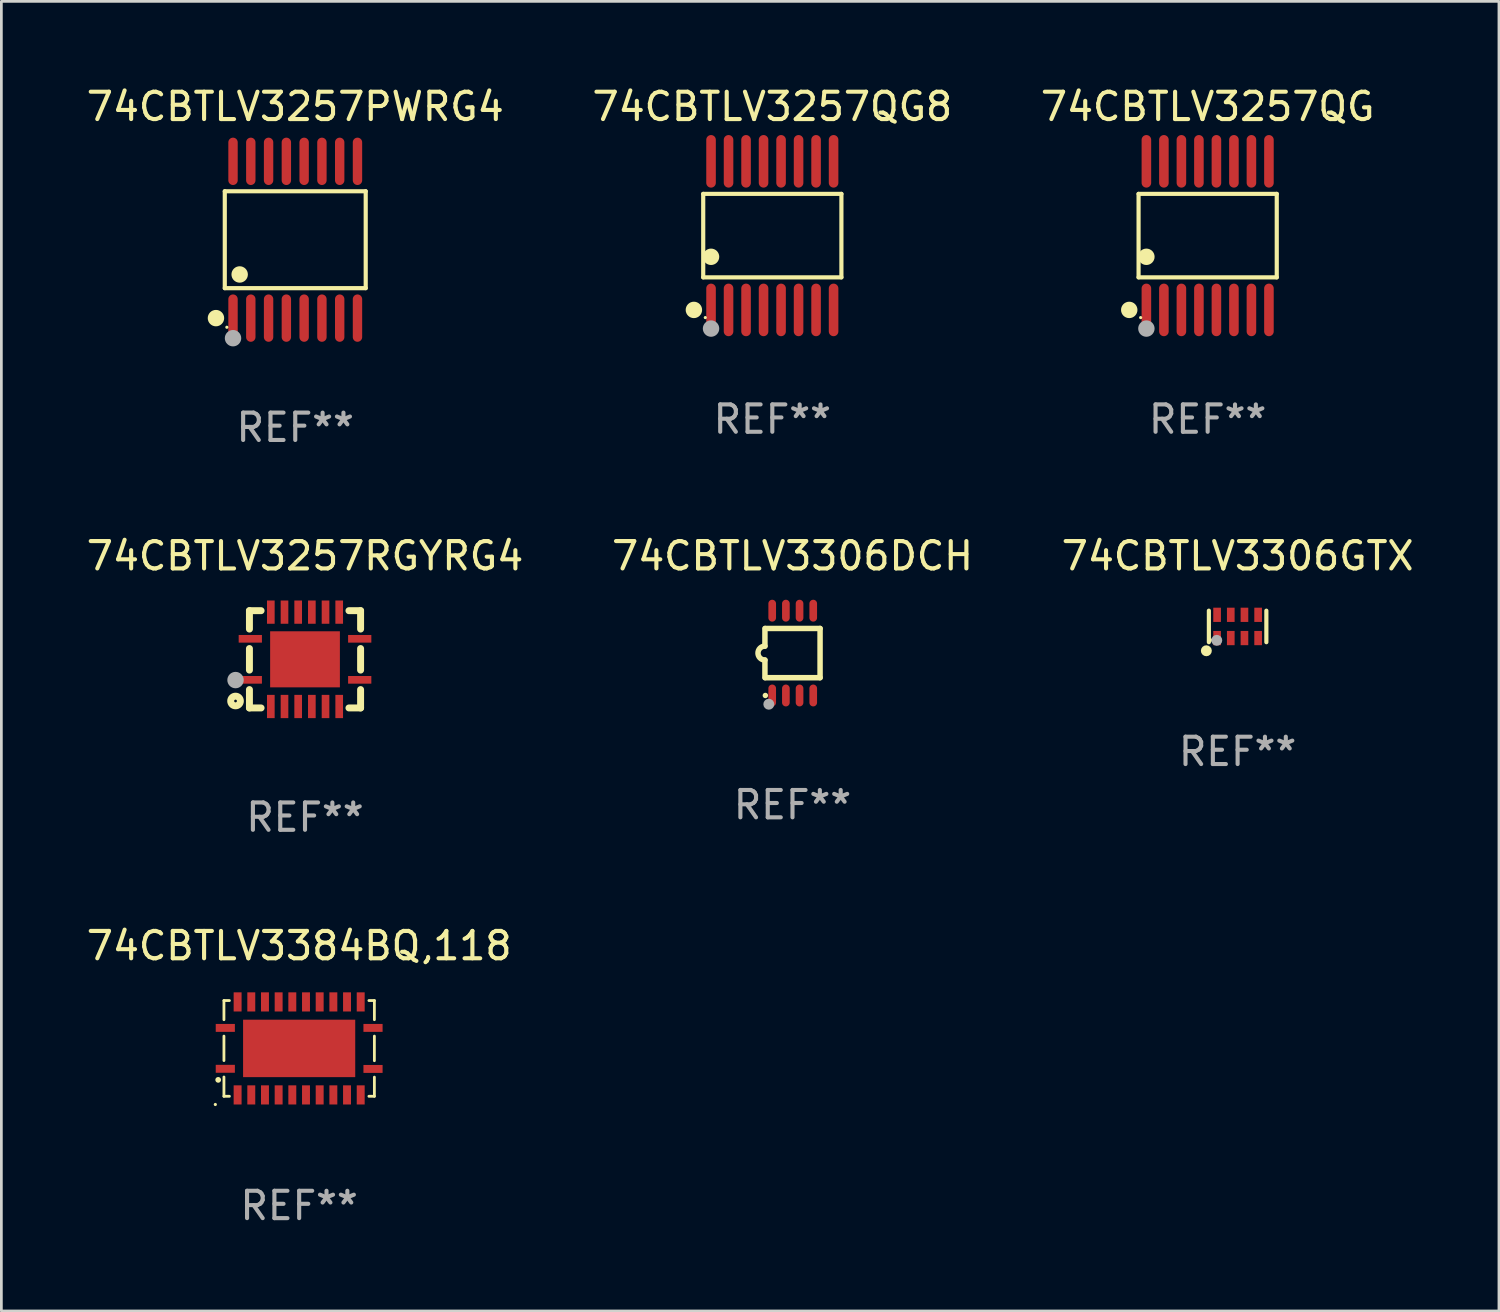
<source format=kicad_pcb>
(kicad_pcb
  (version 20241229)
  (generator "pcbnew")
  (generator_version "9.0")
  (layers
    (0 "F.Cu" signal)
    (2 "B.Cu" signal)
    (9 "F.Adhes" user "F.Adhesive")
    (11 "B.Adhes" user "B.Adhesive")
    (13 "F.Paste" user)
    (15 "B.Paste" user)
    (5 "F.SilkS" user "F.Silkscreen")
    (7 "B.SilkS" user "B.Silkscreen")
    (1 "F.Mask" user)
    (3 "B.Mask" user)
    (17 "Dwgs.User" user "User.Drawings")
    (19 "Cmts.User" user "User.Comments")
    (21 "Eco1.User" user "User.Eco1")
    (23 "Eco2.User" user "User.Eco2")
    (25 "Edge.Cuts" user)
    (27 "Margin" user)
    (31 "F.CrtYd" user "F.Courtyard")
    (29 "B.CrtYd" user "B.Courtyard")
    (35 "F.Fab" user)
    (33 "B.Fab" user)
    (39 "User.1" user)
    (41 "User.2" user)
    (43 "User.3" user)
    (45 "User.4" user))
  (footprint "74CBTLV3257RGYRG4"
    (layer "F.Cu")
    (at 8.101 21.054)
    (property "Reference" "74CBTLV3257RGYRG4" (at 0 -3.778 0) (layer "F.SilkS") (effects (font (size 1 1) (thickness 0.15))))
    (attr through_hole)
    (fp_line (start -2.032 -1.778) (end -2.032 -1.106) (stroke (width 0.254) (type solid)) (layer "F.SilkS"))
    (fp_line (start -2.032 -0.394) (end -2.032 0.394) (stroke (width 0.254) (type solid)) (layer "F.SilkS"))
    (fp_line (start -2.032 1.106) (end -2.032 1.778) (stroke (width 0.254) (type solid)) (layer "F.SilkS"))
    (fp_line (start -2.032 1.778) (end -1.606 1.778) (stroke (width 0.254) (type solid)) (layer "F.SilkS"))
    (fp_line (start -1.606 -1.778) (end -2.032 -1.778) (stroke (width 0.254) (type solid)) (layer "F.SilkS"))
    (fp_line (start 1.606 1.778) (end 2.032 1.778) (stroke (width 0.254) (type solid)) (layer "F.SilkS"))
    (fp_line (start 2.032 -1.778) (end 1.606 -1.778) (stroke (width 0.254) (type solid)) (layer "F.SilkS"))
    (fp_line (start 2.032 -1.106) (end 2.032 -1.778) (stroke (width 0.254) (type solid)) (layer "F.SilkS"))
    (fp_line (start 2.032 0.394) (end 2.032 -0.394) (stroke (width 0.254) (type solid)) (layer "F.SilkS"))
    (fp_line (start 2.032 1.778) (end 2.032 1.106) (stroke (width 0.254) (type solid)) (layer "F.SilkS"))
    (fp_circle (center -2.54 1.524) (end -2.363 1.524) (stroke (width 0.254) (type solid)) (fill no) (layer "F.SilkS"))
    (fp_circle (center -2.002 1.752) (end -1.952 1.752) (stroke (width 0.1) (type solid)) (fill no) (layer "F.SilkS"))
    (fp_circle (center -2.54 0.759) (end -2.39 0.759) (stroke (width 0.3) (type solid)) (fill no) (layer "F.Fab"))
    (fp_text user "REF**" (at 0 5.778 0) (layer "F.Fab") (effects (font (size 1 1) (thickness 0.15))))
    (pad "1" smd rect (at -2 0.75 90) (size 0.28 0.85) (layers "F.Cu" "F.Mask" "F.Paste"))
    (pad "2" smd rect (at -1.25 1.725 180) (size 0.28 0.85) (layers "F.Cu" "F.Mask" "F.Paste"))
    (pad "3" smd rect (at -0.75 1.725 180) (size 0.28 0.85) (layers "F.Cu" "F.Mask" "F.Paste"))
    (pad "4" smd rect (at -0.25 1.725 180) (size 0.28 0.85) (layers "F.Cu" "F.Mask" "F.Paste"))
    (pad "5" smd rect (at 0.25 1.725 180) (size 0.28 0.85) (layers "F.Cu" "F.Mask" "F.Paste"))
    (pad "6" smd rect (at 0.75 1.725 180) (size 0.28 0.85) (layers "F.Cu" "F.Mask" "F.Paste"))
    (pad "7" smd rect (at 1.25 1.725 180) (size 0.28 0.85) (layers "F.Cu" "F.Mask" "F.Paste"))
    (pad "8" smd rect (at 2 0.75 270) (size 0.28 0.85) (layers "F.Cu" "F.Mask" "F.Paste"))
    (pad "9" smd rect (at 2 -0.75 270) (size 0.28 0.85) (layers "F.Cu" "F.Mask" "F.Paste"))
    (pad "10" smd rect (at 1.25 -1.725) (size 0.28 0.85) (layers "F.Cu" "F.Mask" "F.Paste"))
    (pad "11" smd rect (at 0.75 -1.725) (size 0.28 0.85) (layers "F.Cu" "F.Mask" "F.Paste"))
    (pad "12" smd rect (at 0.25 -1.725) (size 0.28 0.85) (layers "F.Cu" "F.Mask" "F.Paste"))
    (pad "13" smd rect (at -0.25 -1.725) (size 0.28 0.85) (layers "F.Cu" "F.Mask" "F.Paste"))
    (pad "14" smd rect (at -0.75 -1.725) (size 0.28 0.85) (layers "F.Cu" "F.Mask" "F.Paste"))
    (pad "15" smd rect (at -1.25 -1.725) (size 0.28 0.85) (layers "F.Cu" "F.Mask" "F.Paste"))
    (pad "16" smd rect (at -2 -0.75 90) (size 0.28 0.85) (layers "F.Cu" "F.Mask" "F.Paste"))
    (pad "17" smd rect (at 0.000051 0 270) (size 2.05 2.55) (layers "F.Cu" "F.Mask" "F.Paste")))
  (footprint "74CBTLV3257QG"
    (layer "F.Cu")
    (at 41.101 5.564)
    (property "Reference" "74CBTLV3257QG" (at 0 -4.716 0) (layer "F.SilkS") (effects (font (size 1 1) (thickness 0.15))))
    (attr through_hole)
    (fp_line (start -2.526 -1.526) (end 2.526 -1.526) (stroke (width 0.152) (type solid)) (layer "F.SilkS"))
    (fp_line (start -2.526 1.526) (end -2.526 -1.526) (stroke (width 0.152) (type solid)) (layer "F.SilkS"))
    (fp_line (start 2.526 -1.526) (end 2.526 1.526) (stroke (width 0.152) (type solid)) (layer "F.SilkS"))
    (fp_line (start 2.526 1.526) (end -2.526 1.526) (stroke (width 0.152) (type solid)) (layer "F.SilkS"))
    (fp_circle (center -2.867 2.716) (end -2.717 2.716) (stroke (width 0.3) (type solid)) (fill no) (layer "F.SilkS"))
    (fp_circle (center -2.45 2.997) (end -2.42 2.997) (stroke (width 0.06) (type solid)) (fill no) (layer "F.SilkS"))
    (fp_circle (center -2.24 0.774) (end -2.09 0.774) (stroke (width 0.3) (type solid)) (fill no) (layer "F.SilkS"))
    (fp_circle (center -2.24 3.398) (end -2.09 3.398) (stroke (width 0.3) (type solid)) (fill no) (layer "F.Fab"))
    (fp_text user "REF**" (at 0 6.716 0) (layer "F.Fab") (effects (font (size 1 1) (thickness 0.15))))
    (pad "1" smd oval (at -2.24 2.716) (size 0.35 1.922) (layers "F.Cu" "F.Mask" "F.Paste"))
    (pad "2" smd oval (at -1.6 2.716) (size 0.35 1.922) (layers "F.Cu" "F.Mask" "F.Paste"))
    (pad "3" smd oval (at -0.96 2.716) (size 0.35 1.922) (layers "F.Cu" "F.Mask" "F.Paste"))
    (pad "4" smd oval (at -0.32 2.716) (size 0.35 1.922) (layers "F.Cu" "F.Mask" "F.Paste"))
    (pad "5" smd oval (at 0.32 2.716) (size 0.35 1.922) (layers "F.Cu" "F.Mask" "F.Paste"))
    (pad "6" smd oval (at 0.96 2.716) (size 0.35 1.922) (layers "F.Cu" "F.Mask" "F.Paste"))
    (pad "7" smd oval (at 1.6 2.716) (size 0.35 1.922) (layers "F.Cu" "F.Mask" "F.Paste"))
    (pad "8" smd oval (at 2.24 2.716) (size 0.35 1.922) (layers "F.Cu" "F.Mask" "F.Paste"))
    (pad "9" smd oval (at 2.24 -2.716) (size 0.35 1.922) (layers "F.Cu" "F.Mask" "F.Paste"))
    (pad "10" smd oval (at 1.6 -2.716) (size 0.35 1.922) (layers "F.Cu" "F.Mask" "F.Paste"))
    (pad "11" smd oval (at 0.96 -2.716) (size 0.35 1.922) (layers "F.Cu" "F.Mask" "F.Paste"))
    (pad "12" smd oval (at 0.32 -2.716) (size 0.35 1.922) (layers "F.Cu" "F.Mask" "F.Paste"))
    (pad "13" smd oval (at -0.32 -2.716) (size 0.35 1.922) (layers "F.Cu" "F.Mask" "F.Paste"))
    (pad "14" smd oval (at -0.96 -2.716) (size 0.35 1.922) (layers "F.Cu" "F.Mask" "F.Paste"))
    (pad "15" smd oval (at -1.6 -2.716) (size 0.35 1.922) (layers "F.Cu" "F.Mask" "F.Paste"))
    (pad "16" smd oval (at -2.24 -2.716) (size 0.35 1.922) (layers "F.Cu" "F.Mask" "F.Paste")))
  (footprint "74CBTLV3306GTX"
    (layer "F.Cu")
    (at 42.196 19.852)
    (property "Reference" "74CBTLV3306GTX" (at 0 -2.576 0) (layer "F.SilkS") (effects (font (size 1 1) (thickness 0.15))))
    (attr through_hole)
    (fp_line (start -1.051 0.576) (end -1.051 -0.576) (stroke (width 0.152) (type solid)) (layer "F.SilkS"))
    (fp_line (start 1.051 -0.576) (end 1.051 0.576) (stroke (width 0.152) (type solid)) (layer "F.SilkS"))
    (fp_circle (center -1.143 0.889) (end -1.043 0.889) (stroke (width 0.2) (type solid)) (fill no) (layer "F.SilkS"))
    (fp_circle (center -0.975 0.5) (end -0.945 0.5) (stroke (width 0.06) (type solid)) (fill no) (layer "F.SilkS"))
    (fp_circle (center -0.762 0.508) (end -0.662 0.508) (stroke (width 0.2) (type solid)) (fill no) (layer "F.Fab"))
    (fp_text user "REF**" (at 0 4.576 0) (layer "F.Fab") (effects (font (size 1 1) (thickness 0.15))))
    (pad "1" smd rect (at -0.75 0.425) (size 0.28 0.521) (layers "F.Cu" "F.Mask" "F.Paste"))
    (pad "2" smd rect (at -0.25 0.425) (size 0.28 0.521) (layers "F.Cu" "F.Mask" "F.Paste"))
    (pad "3" smd rect (at 0.25 0.425) (size 0.28 0.521) (layers "F.Cu" "F.Mask" "F.Paste"))
    (pad "4" smd rect (at 0.75 0.425) (size 0.28 0.521) (layers "F.Cu" "F.Mask" "F.Paste"))
    (pad "5" smd rect (at 0.75 -0.425) (size 0.28 0.521) (layers "F.Cu" "F.Mask" "F.Paste"))
    (pad "6" smd rect (at 0.25 -0.425) (size 0.28 0.521) (layers "F.Cu" "F.Mask" "F.Paste"))
    (pad "7" smd rect (at -0.25 -0.425) (size 0.28 0.521) (layers "F.Cu" "F.Mask" "F.Paste"))
    (pad "8" smd rect (at -0.75 -0.425) (size 0.28 0.521) (layers "F.Cu" "F.Mask" "F.Paste")))
  (footprint "74CBTLV3257PWRG4"
    (layer "F.Cu")
    (at 7.744 5.714)
    (property "Reference" "74CBTLV3257PWRG4" (at 0 -4.866 0) (layer "F.SilkS") (effects (font (size 1 1) (thickness 0.15))))
    (attr through_hole)
    (fp_line (start -2.576 -1.772) (end 2.576 -1.772) (stroke (width 0.152) (type solid)) (layer "F.SilkS"))
    (fp_line (start -2.576 1.771) (end -2.576 -1.772) (stroke (width 0.152) (type solid)) (layer "F.SilkS"))
    (fp_line (start 2.576 -1.772) (end 2.576 1.771) (stroke (width 0.152) (type solid)) (layer "F.SilkS"))
    (fp_line (start 2.576 1.771) (end -2.576 1.771) (stroke (width 0.152) (type solid)) (layer "F.SilkS"))
    (fp_circle (center -2.899 2.866) (end -2.749 2.866) (stroke (width 0.3) (type solid)) (fill no) (layer "F.SilkS"))
    (fp_circle (center -2.5 3.2) (end -2.47 3.2) (stroke (width 0.06) (type solid)) (fill no) (layer "F.SilkS"))
    (fp_circle (center -2.032 1.27) (end -1.882 1.27) (stroke (width 0.3) (type solid)) (fill no) (layer "F.SilkS"))
    (fp_circle (center -2.275 3.6) (end -2.125 3.6) (stroke (width 0.3) (type solid)) (fill no) (layer "F.Fab"))
    (fp_text user "REF**" (at 0 6.866 0) (layer "F.Fab") (effects (font (size 1 1) (thickness 0.15))))
    (pad "1" smd oval (at -2.275 2.866) (size 0.343 1.731) (layers "F.Cu" "F.Mask" "F.Paste"))
    (pad "2" smd oval (at -1.625 2.866) (size 0.343 1.731) (layers "F.Cu" "F.Mask" "F.Paste"))
    (pad "3" smd oval (at -0.975 2.866) (size 0.343 1.731) (layers "F.Cu" "F.Mask" "F.Paste"))
    (pad "4" smd oval (at -0.325 2.866) (size 0.343 1.731) (layers "F.Cu" "F.Mask" "F.Paste"))
    (pad "5" smd oval (at 0.325 2.866) (size 0.343 1.731) (layers "F.Cu" "F.Mask" "F.Paste"))
    (pad "6" smd oval (at 0.975 2.866) (size 0.343 1.731) (layers "F.Cu" "F.Mask" "F.Paste"))
    (pad "7" smd oval (at 1.625 2.866) (size 0.343 1.731) (layers "F.Cu" "F.Mask" "F.Paste"))
    (pad "8" smd oval (at 2.275 2.866) (size 0.343 1.731) (layers "F.Cu" "F.Mask" "F.Paste"))
    (pad "9" smd oval (at 2.275 -2.866) (size 0.343 1.731) (layers "F.Cu" "F.Mask" "F.Paste"))
    (pad "10" smd oval (at 1.625 -2.866) (size 0.343 1.731) (layers "F.Cu" "F.Mask" "F.Paste"))
    (pad "11" smd oval (at 0.975 -2.866) (size 0.343 1.731) (layers "F.Cu" "F.Mask" "F.Paste"))
    (pad "12" smd oval (at 0.325 -2.866) (size 0.343 1.731) (layers "F.Cu" "F.Mask" "F.Paste"))
    (pad "13" smd oval (at -0.325 -2.866) (size 0.343 1.731) (layers "F.Cu" "F.Mask" "F.Paste"))
    (pad "14" smd oval (at -0.975 -2.866) (size 0.343 1.731) (layers "F.Cu" "F.Mask" "F.Paste"))
    (pad "15" smd oval (at -1.625 -2.866) (size 0.343 1.731) (layers "F.Cu" "F.Mask" "F.Paste"))
    (pad "16" smd oval (at -2.275 -2.866) (size 0.343 1.731) (layers "F.Cu" "F.Mask" "F.Paste")))
  (footprint "74CBTLV3384BQ,118"
    (layer "F.Cu")
    (at 7.887 35.279)
    (property "Reference" "74CBTLV3384BQ,118" (at 0 -3.75 0) (layer "F.SilkS") (effects (font (size 1 1) (thickness 0.15))))
    (attr through_hole)
    (fp_line (start -2.75 -1.75) (end -2.75 -1.05) (stroke (width 0.102) (type solid)) (layer "F.SilkS"))
    (fp_line (start -2.75 -1.75) (end -2.55 -1.75) (stroke (width 0.102) (type solid)) (layer "F.SilkS"))
    (fp_line (start -2.75 -0.45) (end -2.75 0.445) (stroke (width 0.102) (type solid)) (layer "F.SilkS"))
    (fp_line (start -2.75 1.75) (end -2.75 1.045) (stroke (width 0.102) (type solid)) (layer "F.SilkS"))
    (fp_line (start -2.55 1.75) (end -2.75 1.75) (stroke (width 0.102) (type solid)) (layer "F.SilkS"))
    (fp_line (start 2.55 -1.75) (end 2.75 -1.75) (stroke (width 0.102) (type solid)) (layer "F.SilkS"))
    (fp_line (start 2.75 -1.75) (end 2.75 -1.05) (stroke (width 0.102) (type solid)) (layer "F.SilkS"))
    (fp_line (start 2.75 -0.45) (end 2.75 0.45) (stroke (width 0.102) (type solid)) (layer "F.SilkS"))
    (fp_line (start 2.75 1.05) (end 2.75 1.75) (stroke (width 0.102) (type solid)) (layer "F.SilkS"))
    (fp_line (start 2.75 1.75) (end 2.55 1.75) (stroke (width 0.102) (type solid)) (layer "F.SilkS"))
    (fp_circle (center -3.065 2.05) (end -3.035 2.05) (stroke (width 0.06) (type solid)) (fill no) (layer "F.SilkS"))
    (fp_circle (center -2.96 1.15) (end -2.906 1.15) (stroke (width 0.102) (type solid)) (fill no) (layer "F.SilkS"))
    (fp_text user "REF**" (at 0 5.75 0) (layer "F.Fab") (effects (font (size 1 1) (thickness 0.15))))
    (pad "1" smd rect (at -2.7 0.745 90) (size 0.29 0.7) (layers "F.Cu" "F.Mask" "F.Paste"))
    (pad "2" smd rect (at -2.25 1.7) (size 0.29 0.7) (layers "F.Cu" "F.Mask" "F.Paste"))
    (pad "3" smd rect (at -1.75 1.7) (size 0.29 0.7) (layers "F.Cu" "F.Mask" "F.Paste"))
    (pad "4" smd rect (at -1.25 1.7) (size 0.29 0.7) (layers "F.Cu" "F.Mask" "F.Paste"))
    (pad "5" smd rect (at -0.75 1.7) (size 0.29 0.7) (layers "F.Cu" "F.Mask" "F.Paste"))
    (pad "6" smd rect (at -0.25 1.7) (size 0.29 0.7) (layers "F.Cu" "F.Mask" "F.Paste"))
    (pad "7" smd rect (at 0.25 1.7) (size 0.29 0.7) (layers "F.Cu" "F.Mask" "F.Paste"))
    (pad "8" smd rect (at 0.75 1.7) (size 0.29 0.7) (layers "F.Cu" "F.Mask" "F.Paste"))
    (pad "9" smd rect (at 1.25 1.7) (size 0.29 0.7) (layers "F.Cu" "F.Mask" "F.Paste"))
    (pad "10" smd rect (at 1.75 1.7) (size 0.29 0.7) (layers "F.Cu" "F.Mask" "F.Paste"))
    (pad "11" smd rect (at 2.25 1.7) (size 0.29 0.7) (layers "F.Cu" "F.Mask" "F.Paste"))
    (pad "12" smd rect (at 2.7 0.75 90) (size 0.29 0.7) (layers "F.Cu" "F.Mask" "F.Paste"))
    (pad "13" smd rect (at 2.7 -0.75 90) (size 0.29 0.7) (layers "F.Cu" "F.Mask" "F.Paste"))
    (pad "14" smd rect (at 2.25 -1.7 180) (size 0.29 0.7) (layers "F.Cu" "F.Mask" "F.Paste"))
    (pad "15" smd rect (at 1.75 -1.7 180) (size 0.29 0.7) (layers "F.Cu" "F.Mask" "F.Paste"))
    (pad "16" smd rect (at 1.25 -1.7 180) (size 0.29 0.7) (layers "F.Cu" "F.Mask" "F.Paste"))
    (pad "17" smd rect (at 0.75 -1.7 180) (size 0.29 0.7) (layers "F.Cu" "F.Mask" "F.Paste"))
    (pad "18" smd rect (at 0.25 -1.7 180) (size 0.29 0.7) (layers "F.Cu" "F.Mask" "F.Paste"))
    (pad "19" smd rect (at -0.25 -1.7 180) (size 0.29 0.7) (layers "F.Cu" "F.Mask" "F.Paste"))
    (pad "20" smd rect (at -0.75 -1.7 180) (size 0.29 0.7) (layers "F.Cu" "F.Mask" "F.Paste"))
    (pad "21" smd rect (at -1.25 -1.7 180) (size 0.29 0.7) (layers "F.Cu" "F.Mask" "F.Paste"))
    (pad "22" smd rect (at -1.75 -1.7 180) (size 0.29 0.7) (layers "F.Cu" "F.Mask" "F.Paste"))
    (pad "23" smd rect (at -2.25 -1.7 180) (size 0.29 0.7) (layers "F.Cu" "F.Mask" "F.Paste"))
    (pad "24" smd rect (at -2.7 -0.75 270) (size 0.29 0.7) (layers "F.Cu" "F.Mask" "F.Paste"))
    (pad "25" smd rect (at 0 0) (size 4.1 2.1) (layers "F.Cu" "F.Mask" "F.Paste")))
  (footprint "74CBTLV3306DCH"
    (layer "F.Cu")
    (at 25.923 20.826)
    (property "Reference" "74CBTLV3306DCH" (at 0 -3.55 0) (layer "F.SilkS") (effects (font (size 1 1) (thickness 0.15))))
    (attr through_hole)
    (fp_line (start -1.008 -0.254) (end -1.008 -0.9) (stroke (width 0.2) (type solid)) (layer "F.SilkS"))
    (fp_line (start -1.008 0.254) (end -1.008 0.9) (stroke (width 0.2) (type solid)) (layer "F.SilkS"))
    (fp_line (start -0.992 0.9) (end 1.008 0.9) (stroke (width 0.2) (type solid)) (layer "F.SilkS"))
    (fp_line (start 1.008 -0.9) (end -0.992 -0.9) (stroke (width 0.2) (type solid)) (layer "F.SilkS"))
    (fp_line (start 1.008 0.9) (end 1.008 -0.9) (stroke (width 0.2) (type solid)) (layer "F.SilkS"))
    (fp_arc (start -1.008001 0.254001) (mid -1.262002 0) (end -1.008001 -0.254001) (stroke (width 0.2) (type solid)) (layer "F.SilkS"))
    (fp_circle (center -0.992 1.55) (end -0.942 1.55) (stroke (width 0.1) (type solid)) (fill no) (layer "F.SilkS"))
    (fp_circle (center -0.866 1.87) (end -0.766 1.87) (stroke (width 0.2) (type solid)) (fill no) (layer "F.Fab"))
    (fp_text user "REF**" (at 0 5.55 0) (layer "F.Fab") (effects (font (size 1 1) (thickness 0.15))))
    (pad "1" smd oval (at -0.742 1.55 270) (size 0.8 0.28) (layers "F.Cu" "F.Mask" "F.Paste"))
    (pad "2" smd oval (at -0.242 1.55 270) (size 0.8 0.28) (layers "F.Cu" "F.Mask" "F.Paste"))
    (pad "3" smd oval (at 0.258 1.55 270) (size 0.8 0.28) (layers "F.Cu" "F.Mask" "F.Paste"))
    (pad "4" smd oval (at 0.758 1.55 270) (size 0.8 0.28) (layers "F.Cu" "F.Mask" "F.Paste"))
    (pad "5" smd oval (at 0.758 -1.55 270) (size 0.8 0.28) (layers "F.Cu" "F.Mask" "F.Paste"))
    (pad "6" smd oval (at 0.258 -1.55 270) (size 0.8 0.28) (layers "F.Cu" "F.Mask" "F.Paste"))
    (pad "7" smd oval (at -0.242 -1.55 270) (size 0.8 0.28) (layers "F.Cu" "F.Mask" "F.Paste"))
    (pad "8" smd oval (at -0.742 -1.55 270) (size 0.8 0.28) (layers "F.Cu" "F.Mask" "F.Paste")))
  (footprint "74CBTLV3257QG8"
    (layer "F.Cu")
    (at 25.185 5.564)
    (property "Reference" "74CBTLV3257QG8" (at 0 -4.716 0) (layer "F.SilkS") (effects (font (size 1 1) (thickness 0.15))))
    (attr through_hole)
    (fp_line (start -2.526 -1.526) (end 2.526 -1.526) (stroke (width 0.152) (type solid)) (layer "F.SilkS"))
    (fp_line (start -2.526 1.526) (end -2.526 -1.526) (stroke (width 0.152) (type solid)) (layer "F.SilkS"))
    (fp_line (start 2.526 -1.526) (end 2.526 1.526) (stroke (width 0.152) (type solid)) (layer "F.SilkS"))
    (fp_line (start 2.526 1.526) (end -2.526 1.526) (stroke (width 0.152) (type solid)) (layer "F.SilkS"))
    (fp_circle (center -2.867 2.716) (end -2.717 2.716) (stroke (width 0.3) (type solid)) (fill no) (layer "F.SilkS"))
    (fp_circle (center -2.45 2.997) (end -2.42 2.997) (stroke (width 0.06) (type solid)) (fill no) (layer "F.SilkS"))
    (fp_circle (center -2.24 0.774) (end -2.09 0.774) (stroke (width 0.3) (type solid)) (fill no) (layer "F.SilkS"))
    (fp_circle (center -2.24 3.398) (end -2.09 3.398) (stroke (width 0.3) (type solid)) (fill no) (layer "F.Fab"))
    (fp_text user "REF**" (at 0 6.716 0) (layer "F.Fab") (effects (font (size 1 1) (thickness 0.15))))
    (pad "1" smd oval (at -2.24 2.716) (size 0.35 1.922) (layers "F.Cu" "F.Mask" "F.Paste"))
    (pad "2" smd oval (at -1.6 2.716) (size 0.35 1.922) (layers "F.Cu" "F.Mask" "F.Paste"))
    (pad "3" smd oval (at -0.96 2.716) (size 0.35 1.922) (layers "F.Cu" "F.Mask" "F.Paste"))
    (pad "4" smd oval (at -0.32 2.716) (size 0.35 1.922) (layers "F.Cu" "F.Mask" "F.Paste"))
    (pad "5" smd oval (at 0.32 2.716) (size 0.35 1.922) (layers "F.Cu" "F.Mask" "F.Paste"))
    (pad "6" smd oval (at 0.96 2.716) (size 0.35 1.922) (layers "F.Cu" "F.Mask" "F.Paste"))
    (pad "7" smd oval (at 1.6 2.716) (size 0.35 1.922) (layers "F.Cu" "F.Mask" "F.Paste"))
    (pad "8" smd oval (at 2.24 2.716) (size 0.35 1.922) (layers "F.Cu" "F.Mask" "F.Paste"))
    (pad "9" smd oval (at 2.24 -2.716) (size 0.35 1.922) (layers "F.Cu" "F.Mask" "F.Paste"))
    (pad "10" smd oval (at 1.6 -2.716) (size 0.35 1.922) (layers "F.Cu" "F.Mask" "F.Paste"))
    (pad "11" smd oval (at 0.96 -2.716) (size 0.35 1.922) (layers "F.Cu" "F.Mask" "F.Paste"))
    (pad "12" smd oval (at 0.32 -2.716) (size 0.35 1.922) (layers "F.Cu" "F.Mask" "F.Paste"))
    (pad "13" smd oval (at -0.32 -2.716) (size 0.35 1.922) (layers "F.Cu" "F.Mask" "F.Paste"))
    (pad "14" smd oval (at -0.96 -2.716) (size 0.35 1.922) (layers "F.Cu" "F.Mask" "F.Paste"))
    (pad "15" smd oval (at -1.6 -2.716) (size 0.35 1.922) (layers "F.Cu" "F.Mask" "F.Paste"))
    (pad "16" smd oval (at -2.24 -2.716) (size 0.35 1.922) (layers "F.Cu" "F.Mask" "F.Paste")))
  (gr_rect
    (start -3 -3)
    (end 51.75 44.877)
    (stroke (width 0.1) (type default))
    (fill no)
    (layer "Edge.Cuts")))
</source>
